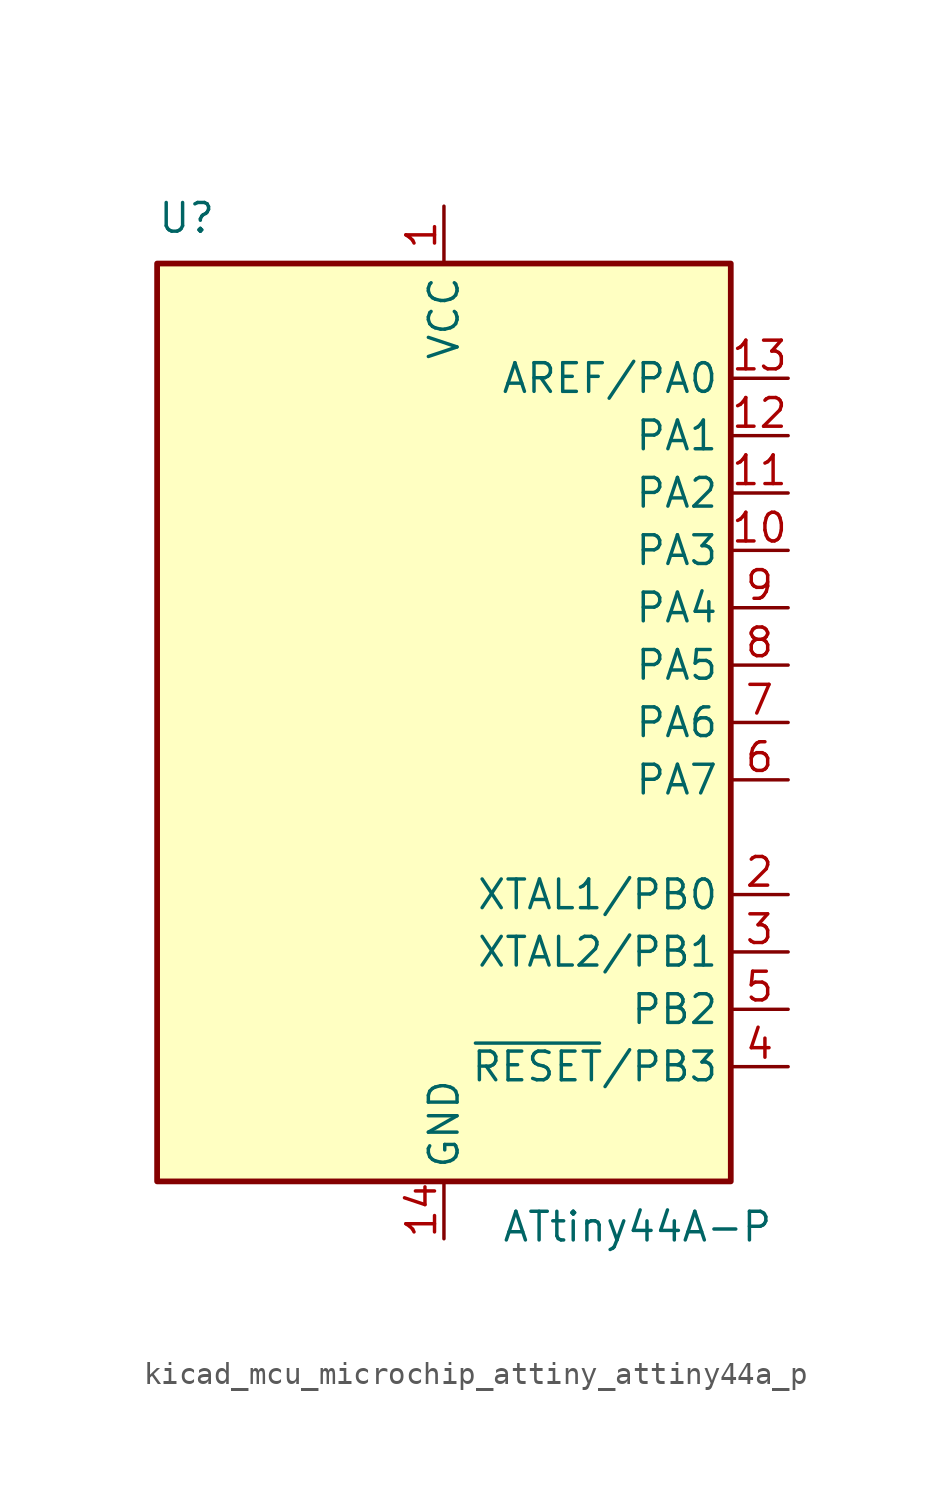
<source format=kicad_sym>
(kicad_symbol_lib
  (version 20220914)
  (generator kicad_symbol_editor)
  (symbol "kicad_mcu_microchip_attiny_attiny44a_p"
    (property "Reference" "U"
      (at -12.7 21.59 0)
      (effects (font (size 1.27 1.27)) (justify left bottom)))
    (property "Value" "ATtiny44A-P"
      (at 2.54 -21.59 0)
      (effects (font (size 1.27 1.27)) (justify left top)))
    (symbol "kicad_mcu_microchip_attiny_attiny44a_p_0_1"
      (rectangle (start -12.7 -20.32) (end 12.7 20.32) (stroke (width 0.254) (type default)) (fill (type background))))
    (symbol "kicad_mcu_microchip_attiny_attiny44a_p_1_1"
      (pin power_in line (at 0 22.86 270) (length 2.54) (name "VCC" (effects (font (size 1.27 1.27)))) (number "1" (effects (font (size 1.27 1.27)))))
      (pin bidirectional line (at 15.24 7.62 180) (length 2.54) (name "PA3" (effects (font (size 1.27 1.27)))) (number "10" (effects (font (size 1.27 1.27)))))
      (pin bidirectional line (at 15.24 10.16 180) (length 2.54) (name "PA2" (effects (font (size 1.27 1.27)))) (number "11" (effects (font (size 1.27 1.27)))))
      (pin bidirectional line (at 15.24 12.7 180) (length 2.54) (name "PA1" (effects (font (size 1.27 1.27)))) (number "12" (effects (font (size 1.27 1.27)))))
      (pin bidirectional line (at 15.24 15.24 180) (length 2.54) (name "AREF/PA0" (effects (font (size 1.27 1.27)))) (number "13" (effects (font (size 1.27 1.27)))))
      (pin power_in line (at 0 -22.86 90) (length 2.54) (name "GND" (effects (font (size 1.27 1.27)))) (number "14" (effects (font (size 1.27 1.27)))))
      (pin bidirectional line (at 15.24 -7.62 180) (length 2.54) (name "XTAL1/PB0" (effects (font (size 1.27 1.27)))) (number "2" (effects (font (size 1.27 1.27)))))
      (pin bidirectional line (at 15.24 -10.16 180) (length 2.54) (name "XTAL2/PB1" (effects (font (size 1.27 1.27)))) (number "3" (effects (font (size 1.27 1.27)))))
      (pin bidirectional line (at 15.24 -15.24 180) (length 2.54) (name "~{RESET}/PB3" (effects (font (size 1.27 1.27)))) (number "4" (effects (font (size 1.27 1.27)))))
      (pin bidirectional line (at 15.24 -12.7 180) (length 2.54) (name "PB2" (effects (font (size 1.27 1.27)))) (number "5" (effects (font (size 1.27 1.27)))))
      (pin bidirectional line (at 15.24 -2.54 180) (length 2.54) (name "PA7" (effects (font (size 1.27 1.27)))) (number "6" (effects (font (size 1.27 1.27)))))
      (pin bidirectional line (at 15.24 0 180) (length 2.54) (name "PA6" (effects (font (size 1.27 1.27)))) (number "7" (effects (font (size 1.27 1.27)))))
      (pin bidirectional line (at 15.24 2.54 180) (length 2.54) (name "PA5" (effects (font (size 1.27 1.27)))) (number "8" (effects (font (size 1.27 1.27)))))
      (pin bidirectional line (at 15.24 5.08 180) (length 2.54) (name "PA4" (effects (font (size 1.27 1.27)))) (number "9" (effects (font (size 1.27 1.27))))))))
</source>
